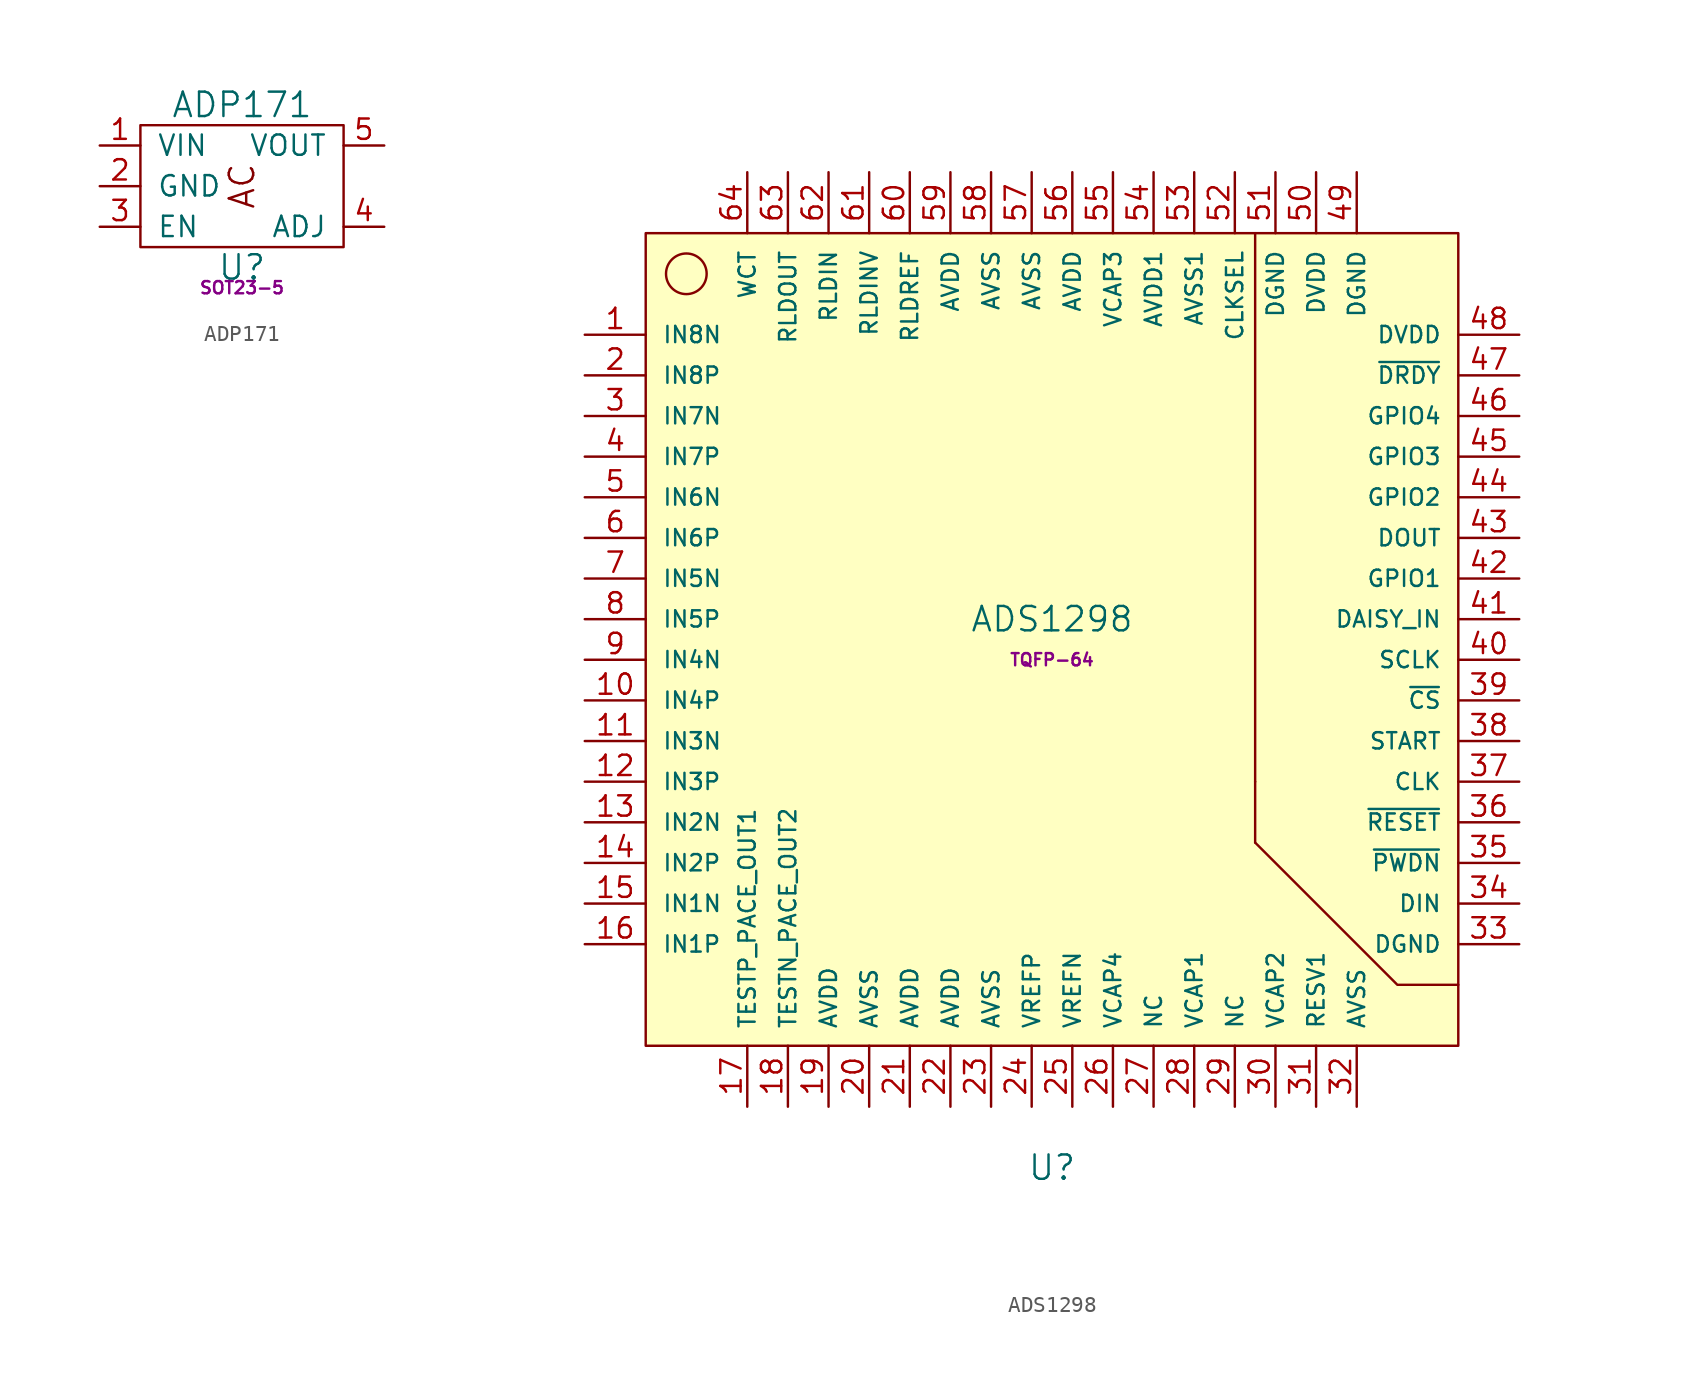
<source format=kicad_sym>
(kicad_symbol_lib
  (version 20220914)
  (generator kicad_symbol_editor)
  (symbol "ADP171"
    (pin_names
      (offset 1.016))
    (property "Reference" "U"
      (at 0 -5.08 0)
      (effects (font (size 1.524 1.524))))
    (property "Value" "ADP171"
      (at 0 5.08 0)
      (effects (font (size 1.524 1.524))))
    (property "Footprint" "SOT23-5"
      (at 0 -6.35 0)
      (effects (font (size 0.762 0.762))))
    (property "Datasheet" ""
      (at 0 0 0)
      (effects (font (size 1.524 1.524))))
    (symbol "ADP171_0_0"
      (text "AC" (at 0 0 900) (effects (font (size 1.524 1.524)))))
    (symbol "ADP171_0_1"
      (rectangle (start -6.35 3.81) (end 6.35 -3.81) (stroke (width 0) (type default)) (fill (type none))))
    (symbol "ADP171_1_1"
      (pin input line (at -8.89 2.54 0) (length 2.54) (name "VIN" (effects (font (size 1.27 1.27)))) (number "1" (effects (font (size 1.27 1.27)))))
      (pin passive line (at -8.89 0 0) (length 2.54) (name "GND" (effects (font (size 1.27 1.27)))) (number "2" (effects (font (size 1.27 1.27)))))
      (pin input line (at -8.89 -2.54 0) (length 2.54) (name "EN" (effects (font (size 1.27 1.27)))) (number "3" (effects (font (size 1.27 1.27)))))
      (pin input line (at 8.89 -2.54 180) (length 2.54) (name "ADJ" (effects (font (size 1.27 1.27)))) (number "4" (effects (font (size 1.27 1.27)))))
      (pin input line (at 8.89 2.54 180) (length 2.54) (name "VOUT" (effects (font (size 1.27 1.27)))) (number "5" (effects (font (size 1.27 1.27)))))))
  (symbol "ADS1298"
    (pin_names
      (offset 1.016))
    (property "Reference" "U"
      (at 0 -33.02 0)
      (effects (font (size 1.524 1.524))))
    (property "Value" "ADS1298"
      (at 0 1.27 0)
      (effects (font (size 1.524 1.524))))
    (property "Footprint" "TQFP-64"
      (at 0 -1.27 0)
      (effects (font (size 0.762 0.762))))
    (property "Datasheet" ""
      (at 0 0 0)
      (effects (font (size 1.524 1.524))))
    (symbol "ADS1298_0_1"
      (rectangle (start -25.4 25.4) (end 25.4 -25.4) (stroke (width 0) (type default)) (fill (type background)))
      (circle (center -22.86 22.86) (radius 1.27) (stroke (width 0) (type default)) (fill (type none)))
      (polyline (pts (xy 12.7 -8.89) (xy 12.7 -12.7)) (stroke (width 0) (type default)) (fill (type none)))
      (polyline (pts (xy 12.7 -8.89) (xy 12.7 25.4)) (stroke (width 0) (type default)) (fill (type none)))
      (polyline (pts (xy 12.7 -12.7) (xy 21.59 -21.59) (xy 25.4 -21.59)) (stroke (width 0) (type default)) (fill (type none))))
    (symbol "ADS1298_1_1"
      (pin input line (at -29.21 19.05 0) (length 3.81) (name "IN8N" (effects (font (size 1.016 1.016)))) (number "1" (effects (font (size 1.27 1.27)))))
      (pin input line (at -29.21 -3.81 0) (length 3.81) (name "IN4P" (effects (font (size 1.016 1.016)))) (number "10" (effects (font (size 1.27 1.27)))))
      (pin input line (at -29.21 -6.35 0) (length 3.81) (name "IN3N" (effects (font (size 1.016 1.016)))) (number "11" (effects (font (size 1.27 1.27)))))
      (pin input line (at -29.21 -8.89 0) (length 3.81) (name "IN3P" (effects (font (size 1.016 1.016)))) (number "12" (effects (font (size 1.27 1.27)))))
      (pin input line (at -29.21 -11.43 0) (length 3.81) (name "IN2N" (effects (font (size 1.016 1.016)))) (number "13" (effects (font (size 1.27 1.27)))))
      (pin input line (at -29.21 -13.97 0) (length 3.81) (name "IN2P" (effects (font (size 1.016 1.016)))) (number "14" (effects (font (size 1.27 1.27)))))
      (pin input line (at -29.21 -16.51 0) (length 3.81) (name "IN1N" (effects (font (size 1.016 1.016)))) (number "15" (effects (font (size 1.27 1.27)))))
      (pin input line (at -29.21 -19.05 0) (length 3.81) (name "IN1P" (effects (font (size 1.016 1.016)))) (number "16" (effects (font (size 1.27 1.27)))))
      (pin input line (at -19.05 -29.21 90) (length 3.81) (name "TESTP_PACE_OUT1" (effects (font (size 1.016 1.016)))) (number "17" (effects (font (size 1.27 1.27)))))
      (pin input line (at -16.51 -29.21 90) (length 3.81) (name "TESTN_PACE_OUT2" (effects (font (size 1.016 1.016)))) (number "18" (effects (font (size 1.27 1.27)))))
      (pin input line (at -13.97 -29.21 90) (length 3.81) (name "AVDD" (effects (font (size 1.016 1.016)))) (number "19" (effects (font (size 1.27 1.27)))))
      (pin input line (at -29.21 16.51 0) (length 3.81) (name "IN8P" (effects (font (size 1.016 1.016)))) (number "2" (effects (font (size 1.27 1.27)))))
      (pin input line (at -11.43 -29.21 90) (length 3.81) (name "AVSS" (effects (font (size 1.016 1.016)))) (number "20" (effects (font (size 1.27 1.27)))))
      (pin input line (at -8.89 -29.21 90) (length 3.81) (name "AVDD" (effects (font (size 1.016 1.016)))) (number "21" (effects (font (size 1.27 1.27)))))
      (pin input line (at -6.35 -29.21 90) (length 3.81) (name "AVDD" (effects (font (size 1.016 1.016)))) (number "22" (effects (font (size 1.27 1.27)))))
      (pin input line (at -3.81 -29.21 90) (length 3.81) (name "AVSS" (effects (font (size 1.016 1.016)))) (number "23" (effects (font (size 1.27 1.27)))))
      (pin input line (at -1.27 -29.21 90) (length 3.81) (name "VREFP" (effects (font (size 1.016 1.016)))) (number "24" (effects (font (size 1.27 1.27)))))
      (pin input line (at 1.27 -29.21 90) (length 3.81) (name "VREFN" (effects (font (size 1.016 1.016)))) (number "25" (effects (font (size 1.27 1.27)))))
      (pin input line (at 3.81 -29.21 90) (length 3.81) (name "VCAP4" (effects (font (size 1.016 1.016)))) (number "26" (effects (font (size 1.27 1.27)))))
      (pin input line (at 6.35 -29.21 90) (length 3.81) (name "NC" (effects (font (size 1.016 1.016)))) (number "27" (effects (font (size 1.27 1.27)))))
      (pin input line (at 8.89 -29.21 90) (length 3.81) (name "VCAP1" (effects (font (size 1.016 1.016)))) (number "28" (effects (font (size 1.27 1.27)))))
      (pin input line (at 11.43 -29.21 90) (length 3.81) (name "NC" (effects (font (size 1.016 1.016)))) (number "29" (effects (font (size 1.27 1.27)))))
      (pin input line (at -29.21 13.97 0) (length 3.81) (name "IN7N" (effects (font (size 1.016 1.016)))) (number "3" (effects (font (size 1.27 1.27)))))
      (pin input line (at 13.97 -29.21 90) (length 3.81) (name "VCAP2" (effects (font (size 1.016 1.016)))) (number "30" (effects (font (size 1.27 1.27)))))
      (pin input line (at 16.51 -29.21 90) (length 3.81) (name "RESV1" (effects (font (size 1.016 1.016)))) (number "31" (effects (font (size 1.27 1.27)))))
      (pin input line (at 19.05 -29.21 90) (length 3.81) (name "AVSS" (effects (font (size 1.016 1.016)))) (number "32" (effects (font (size 1.27 1.27)))))
      (pin input line (at 29.21 -19.05 180) (length 3.81) (name "DGND" (effects (font (size 1.016 1.016)))) (number "33" (effects (font (size 1.27 1.27)))))
      (pin input line (at 29.21 -16.51 180) (length 3.81) (name "DIN" (effects (font (size 1.016 1.016)))) (number "34" (effects (font (size 1.27 1.27)))))
      (pin input line (at 29.21 -13.97 180) (length 3.81) (name "~{PWDN}" (effects (font (size 1.016 1.016)))) (number "35" (effects (font (size 1.27 1.27)))))
      (pin input line (at 29.21 -11.43 180) (length 3.81) (name "~{RESET}" (effects (font (size 1.016 1.016)))) (number "36" (effects (font (size 1.27 1.27)))))
      (pin input line (at 29.21 -8.89 180) (length 3.81) (name "CLK" (effects (font (size 1.016 1.016)))) (number "37" (effects (font (size 1.27 1.27)))))
      (pin input line (at 29.21 -6.35 180) (length 3.81) (name "START" (effects (font (size 1.016 1.016)))) (number "38" (effects (font (size 1.27 1.27)))))
      (pin input line (at 29.21 -3.81 180) (length 3.81) (name "~{CS}" (effects (font (size 1.016 1.016)))) (number "39" (effects (font (size 1.27 1.27)))))
      (pin input line (at -29.21 11.43 0) (length 3.81) (name "IN7P" (effects (font (size 1.016 1.016)))) (number "4" (effects (font (size 1.27 1.27)))))
      (pin input line (at 29.21 -1.27 180) (length 3.81) (name "SCLK" (effects (font (size 1.016 1.016)))) (number "40" (effects (font (size 1.27 1.27)))))
      (pin input line (at 29.21 1.27 180) (length 3.81) (name "DAISY_IN" (effects (font (size 1.016 1.016)))) (number "41" (effects (font (size 1.27 1.27)))))
      (pin input line (at 29.21 3.81 180) (length 3.81) (name "GPIO1" (effects (font (size 1.016 1.016)))) (number "42" (effects (font (size 1.27 1.27)))))
      (pin input line (at 29.21 6.35 180) (length 3.81) (name "DOUT" (effects (font (size 1.016 1.016)))) (number "43" (effects (font (size 1.27 1.27)))))
      (pin input line (at 29.21 8.89 180) (length 3.81) (name "GPIO2" (effects (font (size 1.016 1.016)))) (number "44" (effects (font (size 1.27 1.27)))))
      (pin input line (at 29.21 11.43 180) (length 3.81) (name "GPIO3" (effects (font (size 1.016 1.016)))) (number "45" (effects (font (size 1.27 1.27)))))
      (pin input line (at 29.21 13.97 180) (length 3.81) (name "GPIO4" (effects (font (size 1.016 1.016)))) (number "46" (effects (font (size 1.27 1.27)))))
      (pin input line (at 29.21 16.51 180) (length 3.81) (name "~{DRDY}" (effects (font (size 1.016 1.016)))) (number "47" (effects (font (size 1.27 1.27)))))
      (pin input line (at 29.21 19.05 180) (length 3.81) (name "DVDD" (effects (font (size 1.016 1.016)))) (number "48" (effects (font (size 1.27 1.27)))))
      (pin input line (at 19.05 29.21 270) (length 3.81) (name "DGND" (effects (font (size 1.016 1.016)))) (number "49" (effects (font (size 1.27 1.27)))))
      (pin input line (at -29.21 8.89 0) (length 3.81) (name "IN6N" (effects (font (size 1.016 1.016)))) (number "5" (effects (font (size 1.27 1.27)))))
      (pin input line (at 16.51 29.21 270) (length 3.81) (name "DVDD" (effects (font (size 1.016 1.016)))) (number "50" (effects (font (size 1.27 1.27)))))
      (pin input line (at 13.97 29.21 270) (length 3.81) (name "DGND" (effects (font (size 1.016 1.016)))) (number "51" (effects (font (size 1.27 1.27)))))
      (pin input line (at 11.43 29.21 270) (length 3.81) (name "CLKSEL" (effects (font (size 1.016 1.016)))) (number "52" (effects (font (size 1.27 1.27)))))
      (pin input line (at 8.89 29.21 270) (length 3.81) (name "AVSS1" (effects (font (size 1.016 1.016)))) (number "53" (effects (font (size 1.27 1.27)))))
      (pin input line (at 6.35 29.21 270) (length 3.81) (name "AVDD1" (effects (font (size 1.016 1.016)))) (number "54" (effects (font (size 1.27 1.27)))))
      (pin input line (at 3.81 29.21 270) (length 3.81) (name "VCAP3" (effects (font (size 1.016 1.016)))) (number "55" (effects (font (size 1.27 1.27)))))
      (pin input line (at 1.27 29.21 270) (length 3.81) (name "AVDD" (effects (font (size 1.016 1.016)))) (number "56" (effects (font (size 1.27 1.27)))))
      (pin input line (at -1.27 29.21 270) (length 3.81) (name "AVSS" (effects (font (size 1.016 1.016)))) (number "57" (effects (font (size 1.27 1.27)))))
      (pin input line (at -3.81 29.21 270) (length 3.81) (name "AVSS" (effects (font (size 1.016 1.016)))) (number "58" (effects (font (size 1.27 1.27)))))
      (pin input line (at -6.35 29.21 270) (length 3.81) (name "AVDD" (effects (font (size 1.016 1.016)))) (number "59" (effects (font (size 1.27 1.27)))))
      (pin input line (at -29.21 6.35 0) (length 3.81) (name "IN6P" (effects (font (size 1.016 1.016)))) (number "6" (effects (font (size 1.27 1.27)))))
      (pin input line (at -8.89 29.21 270) (length 3.81) (name "RLDREF" (effects (font (size 1.016 1.016)))) (number "60" (effects (font (size 1.27 1.27)))))
      (pin input line (at -11.43 29.21 270) (length 3.81) (name "RLDINV" (effects (font (size 1.016 1.016)))) (number "61" (effects (font (size 1.27 1.27)))))
      (pin input line (at -13.97 29.21 270) (length 3.81) (name "RLDIN" (effects (font (size 1.016 1.016)))) (number "62" (effects (font (size 1.27 1.27)))))
      (pin input line (at -16.51 29.21 270) (length 3.81) (name "RLDOUT" (effects (font (size 1.016 1.016)))) (number "63" (effects (font (size 1.27 1.27)))))
      (pin input line (at -19.05 29.21 270) (length 3.81) (name "WCT" (effects (font (size 1.016 1.016)))) (number "64" (effects (font (size 1.27 1.27)))))
      (pin input line (at -29.21 3.81 0) (length 3.81) (name "IN5N" (effects (font (size 1.016 1.016)))) (number "7" (effects (font (size 1.27 1.27)))))
      (pin input line (at -29.21 1.27 0) (length 3.81) (name "IN5P" (effects (font (size 1.016 1.016)))) (number "8" (effects (font (size 1.27 1.27)))))
      (pin input line (at -29.21 -1.27 0) (length 3.81) (name "IN4N" (effects (font (size 1.016 1.016)))) (number "9" (effects (font (size 1.27 1.27))))))))
</source>
